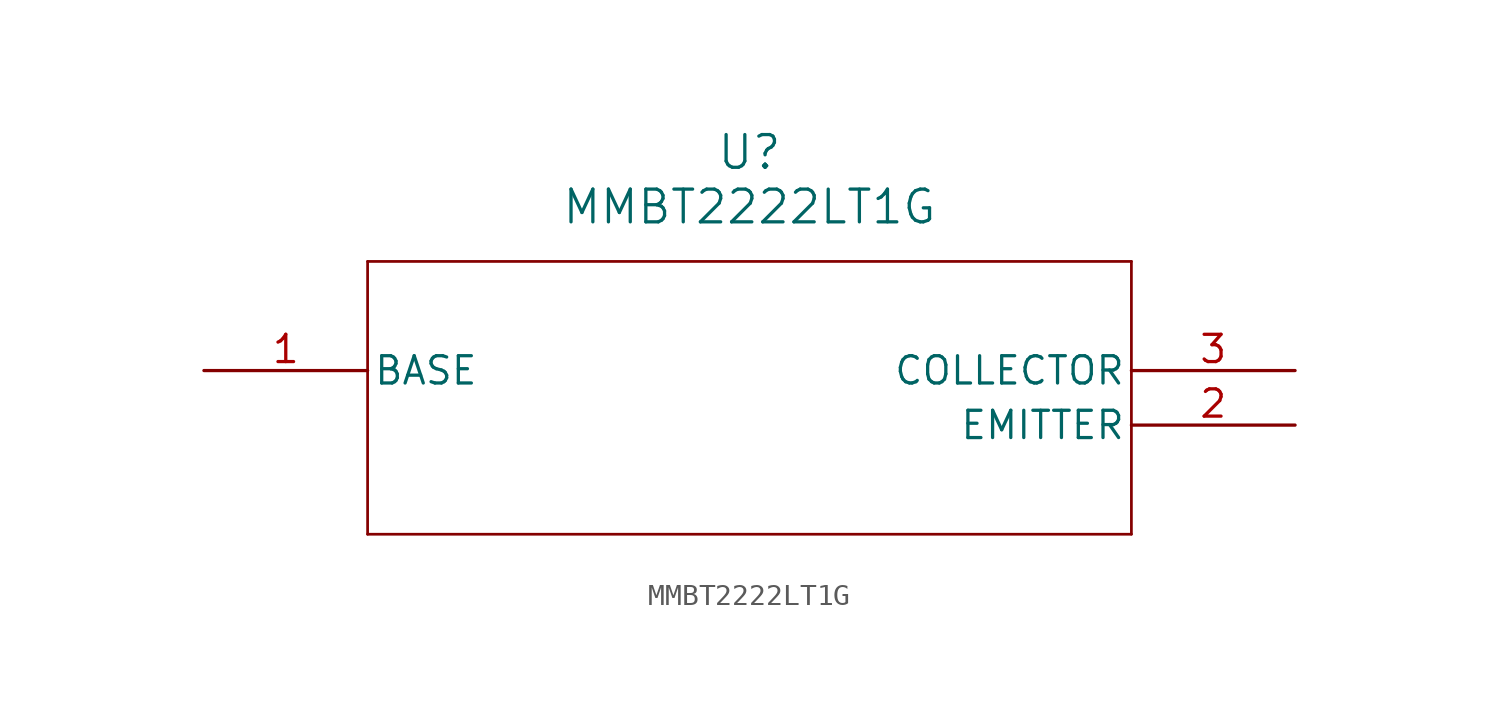
<source format=kicad_sym>
(kicad_symbol_lib
  (version 20211014)
  (generator kicad_symbol_editor)
  (symbol "MMBT2222LT1G"
    (pin_names
      (offset 0.254))
    (property "Reference" "U"
      (at 25.4 10.16 0)
      (effects (font (size 1.524 1.524))))
    (property "Value" "MMBT2222LT1G"
      (at 25.4 7.62 0)
      (effects (font (size 1.524 1.524))))
    (symbol "MMBT2222LT1G_0_1"
      (polyline (pts (xy 7.62 5.08) (xy 7.62 -7.62)) (stroke (width 0.127) (type default) (color 0 0 0 0)) (fill (type none)))
      (polyline (pts (xy 7.62 -7.62) (xy 43.18 -7.62)) (stroke (width 0.127) (type default) (color 0 0 0 0)) (fill (type none)))
      (polyline (pts (xy 43.18 -7.62) (xy 43.18 5.08)) (stroke (width 0.127) (type default) (color 0 0 0 0)) (fill (type none)))
      (polyline (pts (xy 43.18 5.08) (xy 7.62 5.08)) (stroke (width 0.127) (type default) (color 0 0 0 0)) (fill (type none)))
      (pin unspecified line (at 0 0 0) (length 7.62) (name "BASE" (effects (font (size 1.27 1.27)))) (number "1" (effects (font (size 1.27 1.27)))))
      (pin unspecified line (at 50.8 -2.54 180) (length 7.62) (name "EMITTER" (effects (font (size 1.27 1.27)))) (number "2" (effects (font (size 1.27 1.27)))))
      (pin unspecified line (at 50.8 0 180) (length 7.62) (name "COLLECTOR" (effects (font (size 1.27 1.27)))) (number "3" (effects (font (size 1.27 1.27))))))))
</source>
